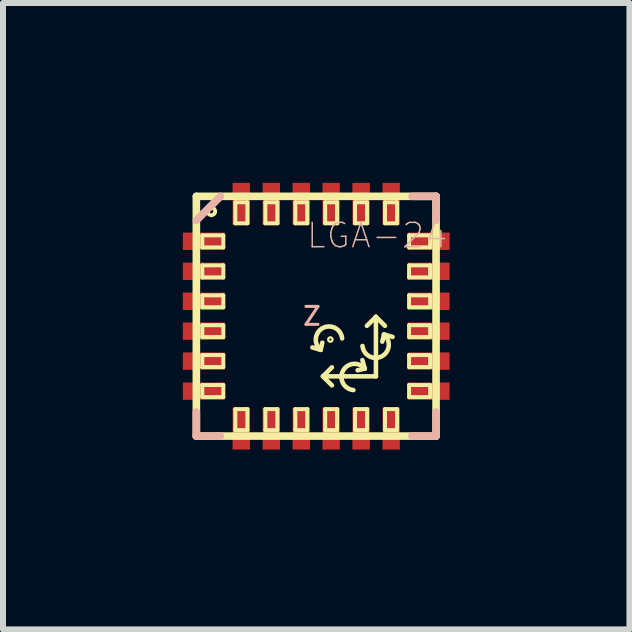
<source format=kicad_pcb>
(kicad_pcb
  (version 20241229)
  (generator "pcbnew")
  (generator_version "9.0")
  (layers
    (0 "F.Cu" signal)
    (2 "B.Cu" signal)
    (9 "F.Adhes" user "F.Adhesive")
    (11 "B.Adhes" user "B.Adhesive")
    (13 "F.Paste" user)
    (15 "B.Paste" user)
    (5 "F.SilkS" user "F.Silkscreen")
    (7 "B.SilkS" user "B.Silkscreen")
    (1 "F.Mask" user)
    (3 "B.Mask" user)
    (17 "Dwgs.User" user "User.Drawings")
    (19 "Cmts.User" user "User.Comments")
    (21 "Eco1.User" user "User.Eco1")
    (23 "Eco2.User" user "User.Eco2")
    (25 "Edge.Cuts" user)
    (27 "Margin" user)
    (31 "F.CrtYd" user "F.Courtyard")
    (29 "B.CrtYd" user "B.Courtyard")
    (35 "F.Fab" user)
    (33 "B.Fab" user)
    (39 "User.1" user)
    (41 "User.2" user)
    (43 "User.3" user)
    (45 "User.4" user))
  (footprint "LGA-24"
    (layer "F.Cu")
    (at 2.224 2.224)
    (property "Reference" "LGA-24" (at 1.016 -1.346 0) (layer "B.SilkS") (effects (font (size 0.406 0.406) (thickness 0.025))))
    (attr smd)
    (fp_line (start -1.999 -1.999) (end 1.999 -1.999) (stroke (width 0.127) (type solid)) (layer "F.SilkS"))
    (fp_line (start -1.999 1.999) (end -1.999 -1.999) (stroke (width 0.127) (type solid)) (layer "F.SilkS"))
    (fp_line (start -1.9 -1.349) (end -1.549 -1.349) (stroke (width 0.066) (type solid)) (layer "F.SilkS"))
    (fp_line (start -1.9 -1.148) (end -1.9 -1.349) (stroke (width 0.066) (type solid)) (layer "F.SilkS"))
    (fp_line (start -1.9 -1.148) (end -1.549 -1.148) (stroke (width 0.066) (type solid)) (layer "F.SilkS"))
    (fp_line (start -1.9 -0.848) (end -1.549 -0.848) (stroke (width 0.066) (type solid)) (layer "F.SilkS"))
    (fp_line (start -1.9 -0.648) (end -1.9 -0.848) (stroke (width 0.066) (type solid)) (layer "F.SilkS"))
    (fp_line (start -1.9 -0.648) (end -1.549 -0.648) (stroke (width 0.066) (type solid)) (layer "F.SilkS"))
    (fp_line (start -1.9 -0.348) (end -1.549 -0.348) (stroke (width 0.066) (type solid)) (layer "F.SilkS"))
    (fp_line (start -1.9 -0.15) (end -1.9 -0.348) (stroke (width 0.066) (type solid)) (layer "F.SilkS"))
    (fp_line (start -1.9 -0.15) (end -1.549 -0.15) (stroke (width 0.066) (type solid)) (layer "F.SilkS"))
    (fp_line (start -1.9 0.15) (end -1.549 0.15) (stroke (width 0.066) (type solid)) (layer "F.SilkS"))
    (fp_line (start -1.9 0.348) (end -1.9 0.15) (stroke (width 0.066) (type solid)) (layer "F.SilkS"))
    (fp_line (start -1.9 0.348) (end -1.549 0.348) (stroke (width 0.066) (type solid)) (layer "F.SilkS"))
    (fp_line (start -1.9 0.648) (end -1.549 0.648) (stroke (width 0.066) (type solid)) (layer "F.SilkS"))
    (fp_line (start -1.9 0.848) (end -1.9 0.648) (stroke (width 0.066) (type solid)) (layer "F.SilkS"))
    (fp_line (start -1.9 0.848) (end -1.549 0.848) (stroke (width 0.066) (type solid)) (layer "F.SilkS"))
    (fp_line (start -1.9 1.148) (end -1.549 1.148) (stroke (width 0.066) (type solid)) (layer "F.SilkS"))
    (fp_line (start -1.9 1.349) (end -1.9 1.148) (stroke (width 0.066) (type solid)) (layer "F.SilkS"))
    (fp_line (start -1.9 1.349) (end -1.549 1.349) (stroke (width 0.066) (type solid)) (layer "F.SilkS"))
    (fp_line (start -1.549 -1.148) (end -1.549 -1.349) (stroke (width 0.066) (type solid)) (layer "F.SilkS"))
    (fp_line (start -1.549 -0.648) (end -1.549 -0.848) (stroke (width 0.066) (type solid)) (layer "F.SilkS"))
    (fp_line (start -1.549 -0.15) (end -1.549 -0.348) (stroke (width 0.066) (type solid)) (layer "F.SilkS"))
    (fp_line (start -1.549 0.348) (end -1.549 0.15) (stroke (width 0.066) (type solid)) (layer "F.SilkS"))
    (fp_line (start -1.549 0.848) (end -1.549 0.648) (stroke (width 0.066) (type solid)) (layer "F.SilkS"))
    (fp_line (start -1.549 1.349) (end -1.549 1.148) (stroke (width 0.066) (type solid)) (layer "F.SilkS"))
    (fp_line (start -1.349 -1.9) (end -1.148 -1.9) (stroke (width 0.066) (type solid)) (layer "F.SilkS"))
    (fp_line (start -1.349 -1.549) (end -1.349 -1.9) (stroke (width 0.066) (type solid)) (layer "F.SilkS"))
    (fp_line (start -1.349 -1.549) (end -1.148 -1.549) (stroke (width 0.066) (type solid)) (layer "F.SilkS"))
    (fp_line (start -1.349 1.549) (end -1.148 1.549) (stroke (width 0.066) (type solid)) (layer "F.SilkS"))
    (fp_line (start -1.349 1.9) (end -1.349 1.549) (stroke (width 0.066) (type solid)) (layer "F.SilkS"))
    (fp_line (start -1.349 1.9) (end -1.148 1.9) (stroke (width 0.066) (type solid)) (layer "F.SilkS"))
    (fp_line (start -1.148 -1.549) (end -1.148 -1.9) (stroke (width 0.066) (type solid)) (layer "F.SilkS"))
    (fp_line (start -1.148 1.9) (end -1.148 1.549) (stroke (width 0.066) (type solid)) (layer "F.SilkS"))
    (fp_line (start -0.848 -1.9) (end -0.648 -1.9) (stroke (width 0.066) (type solid)) (layer "F.SilkS"))
    (fp_line (start -0.848 -1.549) (end -0.848 -1.9) (stroke (width 0.066) (type solid)) (layer "F.SilkS"))
    (fp_line (start -0.848 -1.549) (end -0.648 -1.549) (stroke (width 0.066) (type solid)) (layer "F.SilkS"))
    (fp_line (start -0.848 1.549) (end -0.648 1.549) (stroke (width 0.066) (type solid)) (layer "F.SilkS"))
    (fp_line (start -0.848 1.9) (end -0.848 1.549) (stroke (width 0.066) (type solid)) (layer "F.SilkS"))
    (fp_line (start -0.848 1.9) (end -0.648 1.9) (stroke (width 0.066) (type solid)) (layer "F.SilkS"))
    (fp_line (start -0.648 -1.549) (end -0.648 -1.9) (stroke (width 0.066) (type solid)) (layer "F.SilkS"))
    (fp_line (start -0.648 1.9) (end -0.648 1.549) (stroke (width 0.066) (type solid)) (layer "F.SilkS"))
    (fp_line (start -0.348 -1.9) (end -0.15 -1.9) (stroke (width 0.066) (type solid)) (layer "F.SilkS"))
    (fp_line (start -0.348 -1.549) (end -0.348 -1.9) (stroke (width 0.066) (type solid)) (layer "F.SilkS"))
    (fp_line (start -0.348 -1.549) (end -0.15 -1.549) (stroke (width 0.066) (type solid)) (layer "F.SilkS"))
    (fp_line (start -0.348 1.549) (end -0.15 1.549) (stroke (width 0.066) (type solid)) (layer "F.SilkS"))
    (fp_line (start -0.348 1.9) (end -0.348 1.549) (stroke (width 0.066) (type solid)) (layer "F.SilkS"))
    (fp_line (start -0.348 1.9) (end -0.15 1.9) (stroke (width 0.066) (type solid)) (layer "F.SilkS"))
    (fp_line (start -0.15 -1.549) (end -0.15 -1.9) (stroke (width 0.066) (type solid)) (layer "F.SilkS"))
    (fp_line (start -0.15 1.9) (end -0.15 1.549) (stroke (width 0.066) (type solid)) (layer "F.SilkS"))
    (fp_line (start 0.074 0.561) (end -0.064 0.521) (stroke (width 0.076) (type solid)) (layer "F.SilkS"))
    (fp_line (start 0.074 0.561) (end 0.102 0.442) (stroke (width 0.076) (type solid)) (layer "F.SilkS"))
    (fp_line (start 0.112 1.003) (end 0.262 0.853) (stroke (width 0.076) (type solid)) (layer "F.SilkS"))
    (fp_line (start 0.112 1.003) (end 0.262 1.153) (stroke (width 0.076) (type solid)) (layer "F.SilkS"))
    (fp_line (start 0.114 1.003) (end 0.996 1.003) (stroke (width 0.076) (type solid)) (layer "F.SilkS"))
    (fp_line (start 0.15 -1.9) (end 0.348 -1.9) (stroke (width 0.066) (type solid)) (layer "F.SilkS"))
    (fp_line (start 0.15 -1.549) (end 0.15 -1.9) (stroke (width 0.066) (type solid)) (layer "F.SilkS"))
    (fp_line (start 0.15 -1.549) (end 0.348 -1.549) (stroke (width 0.066) (type solid)) (layer "F.SilkS"))
    (fp_line (start 0.15 1.549) (end 0.348 1.549) (stroke (width 0.066) (type solid)) (layer "F.SilkS"))
    (fp_line (start 0.15 1.9) (end 0.15 1.549) (stroke (width 0.066) (type solid)) (layer "F.SilkS"))
    (fp_line (start 0.15 1.9) (end 0.348 1.9) (stroke (width 0.066) (type solid)) (layer "F.SilkS"))
    (fp_line (start 0.348 -1.549) (end 0.348 -1.9) (stroke (width 0.066) (type solid)) (layer "F.SilkS"))
    (fp_line (start 0.348 1.9) (end 0.348 1.549) (stroke (width 0.066) (type solid)) (layer "F.SilkS"))
    (fp_line (start 0.648 -1.9) (end 0.848 -1.9) (stroke (width 0.066) (type solid)) (layer "F.SilkS"))
    (fp_line (start 0.648 -1.549) (end 0.648 -1.9) (stroke (width 0.066) (type solid)) (layer "F.SilkS"))
    (fp_line (start 0.648 -1.549) (end 0.848 -1.549) (stroke (width 0.066) (type solid)) (layer "F.SilkS"))
    (fp_line (start 0.648 1.549) (end 0.848 1.549) (stroke (width 0.066) (type solid)) (layer "F.SilkS"))
    (fp_line (start 0.648 1.9) (end 0.648 1.549) (stroke (width 0.066) (type solid)) (layer "F.SilkS"))
    (fp_line (start 0.648 1.9) (end 0.848 1.9) (stroke (width 0.066) (type solid)) (layer "F.SilkS"))
    (fp_line (start 0.81 0.874) (end 0.691 0.902) (stroke (width 0.076) (type solid)) (layer "F.SilkS"))
    (fp_line (start 0.81 0.874) (end 0.77 0.732) (stroke (width 0.076) (type solid)) (layer "F.SilkS"))
    (fp_line (start 0.848 -1.549) (end 0.848 -1.9) (stroke (width 0.066) (type solid)) (layer "F.SilkS"))
    (fp_line (start 0.848 1.9) (end 0.848 1.549) (stroke (width 0.066) (type solid)) (layer "F.SilkS"))
    (fp_line (start 0.996 0.01) (end 0.846 0.16) (stroke (width 0.076) (type solid)) (layer "F.SilkS"))
    (fp_line (start 0.996 0.01) (end 0.996 1.003) (stroke (width 0.076) (type solid)) (layer "F.SilkS"))
    (fp_line (start 0.996 0.01) (end 1.146 0.16) (stroke (width 0.076) (type solid)) (layer "F.SilkS"))
    (fp_line (start 1.13 0.305) (end 1.102 0.424) (stroke (width 0.076) (type solid)) (layer "F.SilkS"))
    (fp_line (start 1.13 0.305) (end 1.273 0.345) (stroke (width 0.076) (type solid)) (layer "F.SilkS"))
    (fp_line (start 1.148 -1.9) (end 1.349 -1.9) (stroke (width 0.066) (type solid)) (layer "F.SilkS"))
    (fp_line (start 1.148 -1.549) (end 1.148 -1.9) (stroke (width 0.066) (type solid)) (layer "F.SilkS"))
    (fp_line (start 1.148 -1.549) (end 1.349 -1.549) (stroke (width 0.066) (type solid)) (layer "F.SilkS"))
    (fp_line (start 1.148 1.549) (end 1.349 1.549) (stroke (width 0.066) (type solid)) (layer "F.SilkS"))
    (fp_line (start 1.148 1.9) (end 1.148 1.549) (stroke (width 0.066) (type solid)) (layer "F.SilkS"))
    (fp_line (start 1.148 1.9) (end 1.349 1.9) (stroke (width 0.066) (type solid)) (layer "F.SilkS"))
    (fp_line (start 1.349 -1.549) (end 1.349 -1.9) (stroke (width 0.066) (type solid)) (layer "F.SilkS"))
    (fp_line (start 1.349 1.9) (end 1.349 1.549) (stroke (width 0.066) (type solid)) (layer "F.SilkS"))
    (fp_line (start 1.549 -1.349) (end 1.9 -1.349) (stroke (width 0.066) (type solid)) (layer "F.SilkS"))
    (fp_line (start 1.549 -1.148) (end 1.549 -1.349) (stroke (width 0.066) (type solid)) (layer "F.SilkS"))
    (fp_line (start 1.549 -1.148) (end 1.9 -1.148) (stroke (width 0.066) (type solid)) (layer "F.SilkS"))
    (fp_line (start 1.549 -0.848) (end 1.9 -0.848) (stroke (width 0.066) (type solid)) (layer "F.SilkS"))
    (fp_line (start 1.549 -0.648) (end 1.549 -0.848) (stroke (width 0.066) (type solid)) (layer "F.SilkS"))
    (fp_line (start 1.549 -0.648) (end 1.9 -0.648) (stroke (width 0.066) (type solid)) (layer "F.SilkS"))
    (fp_line (start 1.549 -0.348) (end 1.9 -0.348) (stroke (width 0.066) (type solid)) (layer "F.SilkS"))
    (fp_line (start 1.549 -0.15) (end 1.549 -0.348) (stroke (width 0.066) (type solid)) (layer "F.SilkS"))
    (fp_line (start 1.549 -0.15) (end 1.9 -0.15) (stroke (width 0.066) (type solid)) (layer "F.SilkS"))
    (fp_line (start 1.549 0.15) (end 1.9 0.15) (stroke (width 0.066) (type solid)) (layer "F.SilkS"))
    (fp_line (start 1.549 0.348) (end 1.549 0.15) (stroke (width 0.066) (type solid)) (layer "F.SilkS"))
    (fp_line (start 1.549 0.348) (end 1.9 0.348) (stroke (width 0.066) (type solid)) (layer "F.SilkS"))
    (fp_line (start 1.549 0.648) (end 1.9 0.648) (stroke (width 0.066) (type solid)) (layer "F.SilkS"))
    (fp_line (start 1.549 0.848) (end 1.549 0.648) (stroke (width 0.066) (type solid)) (layer "F.SilkS"))
    (fp_line (start 1.549 0.848) (end 1.9 0.848) (stroke (width 0.066) (type solid)) (layer "F.SilkS"))
    (fp_line (start 1.549 1.148) (end 1.9 1.148) (stroke (width 0.066) (type solid)) (layer "F.SilkS"))
    (fp_line (start 1.549 1.349) (end 1.549 1.148) (stroke (width 0.066) (type solid)) (layer "F.SilkS"))
    (fp_line (start 1.549 1.349) (end 1.9 1.349) (stroke (width 0.066) (type solid)) (layer "F.SilkS"))
    (fp_line (start 1.9 -1.148) (end 1.9 -1.349) (stroke (width 0.066) (type solid)) (layer "F.SilkS"))
    (fp_line (start 1.9 -0.648) (end 1.9 -0.848) (stroke (width 0.066) (type solid)) (layer "F.SilkS"))
    (fp_line (start 1.9 -0.15) (end 1.9 -0.348) (stroke (width 0.066) (type solid)) (layer "F.SilkS"))
    (fp_line (start 1.9 0.348) (end 1.9 0.15) (stroke (width 0.066) (type solid)) (layer "F.SilkS"))
    (fp_line (start 1.9 0.848) (end 1.9 0.648) (stroke (width 0.066) (type solid)) (layer "F.SilkS"))
    (fp_line (start 1.9 1.349) (end 1.9 1.148) (stroke (width 0.066) (type solid)) (layer "F.SilkS"))
    (fp_line (start 1.999 -1.999) (end 1.999 1.999) (stroke (width 0.127) (type solid)) (layer "F.SilkS"))
    (fp_line (start 1.999 1.999) (end -1.999 1.999) (stroke (width 0.127) (type solid)) (layer "F.SilkS"))
    (fp_arc (start 0.07366 0.56134) (mid 0.109595 0.196969) (end 0.432478 0.369607) (stroke (width 0.0762) (type solid)) (layer "F.SilkS"))
    (fp_arc (start 0.61976 1.2319) (mid 0.446044 0.911093) (end 0.808909 0.873368) (stroke (width 0.0762) (type solid)) (layer "F.SilkS"))
    (fp_arc (start 1.1303 0.3048) (mid 1.094365 0.669171) (end 0.771482 0.496533) (stroke (width 0.0762) (type solid)) (layer "F.SilkS"))
    (fp_circle (center -1.748 -1.748) (end -1.77 -1.77) (stroke (width 0.064) (type solid)) (fill no) (layer "F.SilkS"))
    (fp_circle (center 0.236 0.389) (end 0.249 0.401) (stroke (width 0.038) (type solid)) (fill no) (layer "F.SilkS"))
    (fp_line (start -1.999 -1.598) (end -1.598 -1.999) (stroke (width 0.127) (type solid)) (layer "B.SilkS"))
    (fp_line (start -1.999 1.999) (end -1.999 1.598) (stroke (width 0.127) (type solid)) (layer "B.SilkS"))
    (fp_line (start -1.999 1.999) (end -1.598 1.999) (stroke (width 0.127) (type solid)) (layer "B.SilkS"))
    (fp_line (start 1.999 -1.999) (end 1.598 -1.999) (stroke (width 0.127) (type solid)) (layer "B.SilkS"))
    (fp_line (start 1.999 -1.999) (end 1.999 -1.598) (stroke (width 0.127) (type solid)) (layer "B.SilkS"))
    (fp_line (start 1.999 1.999) (end 1.598 1.999) (stroke (width 0.127) (type solid)) (layer "B.SilkS"))
    (fp_line (start 1.999 1.999) (end 1.999 1.598) (stroke (width 0.127) (type solid)) (layer "B.SilkS"))
    (fp_text user "Z" (at -0.071 0 0) (layer "B.SilkS") (effects (font (size 0.3 0.3) (thickness 0.051))))
    (pad "1" smd rect (at -1.875 -1.25 90) (size 0.29 0.699) (layers "F.Cu" "F.Mask" "F.Paste"))
    (pad "2" smd rect (at -1.875 -0.749 90) (size 0.29 0.699) (layers "F.Cu" "F.Mask" "F.Paste"))
    (pad "3" smd rect (at -1.875 -0.249 90) (size 0.29 0.699) (layers "F.Cu" "F.Mask" "F.Paste"))
    (pad "4" smd rect (at -1.875 0.249 90) (size 0.29 0.699) (layers "F.Cu" "F.Mask" "F.Paste"))
    (pad "5" smd rect (at -1.875 0.749 90) (size 0.29 0.699) (layers "F.Cu" "F.Mask" "F.Paste"))
    (pad "6" smd rect (at -1.875 1.25 90) (size 0.29 0.699) (layers "F.Cu" "F.Mask" "F.Paste"))
    (pad "7" smd rect (at -1.25 1.875 180) (size 0.29 0.699) (layers "F.Cu" "F.Mask" "F.Paste"))
    (pad "8" smd rect (at -0.749 1.875 180) (size 0.29 0.699) (layers "F.Cu" "F.Mask" "F.Paste"))
    (pad "9" smd rect (at -0.249 1.875 180) (size 0.29 0.699) (layers "F.Cu" "F.Mask" "F.Paste"))
    (pad "10" smd rect (at 0.249 1.875 180) (size 0.29 0.699) (layers "F.Cu" "F.Mask" "F.Paste"))
    (pad "11" smd rect (at 0.749 1.875 180) (size 0.29 0.699) (layers "F.Cu" "F.Mask" "F.Paste"))
    (pad "12" smd rect (at 1.25 1.875 180) (size 0.29 0.699) (layers "F.Cu" "F.Mask" "F.Paste"))
    (pad "13" smd rect (at 1.875 1.25 270) (size 0.29 0.699) (layers "F.Cu" "F.Mask" "F.Paste"))
    (pad "14" smd rect (at 1.875 0.749 270) (size 0.29 0.699) (layers "F.Cu" "F.Mask" "F.Paste"))
    (pad "15" smd rect (at 1.875 0.249 270) (size 0.29 0.699) (layers "F.Cu" "F.Mask" "F.Paste"))
    (pad "16" smd rect (at 1.875 -0.249 270) (size 0.29 0.699) (layers "F.Cu" "F.Mask" "F.Paste"))
    (pad "17" smd rect (at 1.875 -0.749 270) (size 0.29 0.699) (layers "F.Cu" "F.Mask" "F.Paste"))
    (pad "18" smd rect (at 1.875 -1.25 270) (size 0.29 0.699) (layers "F.Cu" "F.Mask" "F.Paste"))
    (pad "19" smd rect (at 1.25 -1.875) (size 0.29 0.699) (layers "F.Cu" "F.Mask" "F.Paste"))
    (pad "20" smd rect (at 0.749 -1.875) (size 0.29 0.699) (layers "F.Cu" "F.Mask" "F.Paste"))
    (pad "21" smd rect (at 0.249 -1.875) (size 0.29 0.699) (layers "F.Cu" "F.Mask" "F.Paste"))
    (pad "22" smd rect (at -0.249 -1.875) (size 0.29 0.699) (layers "F.Cu" "F.Mask" "F.Paste"))
    (pad "23" smd rect (at -0.749 -1.875) (size 0.29 0.699) (layers "F.Cu" "F.Mask" "F.Paste"))
    (pad "24" smd rect (at -1.25 -1.875) (size 0.29 0.699) (layers "F.Cu" "F.Mask" "F.Paste")))
  (gr_rect
    (start -3 -3)
    (end 7.448 7.448)
    (stroke (width 0.1) (type default))
    (fill no)
    (layer "Edge.Cuts")))
</source>
